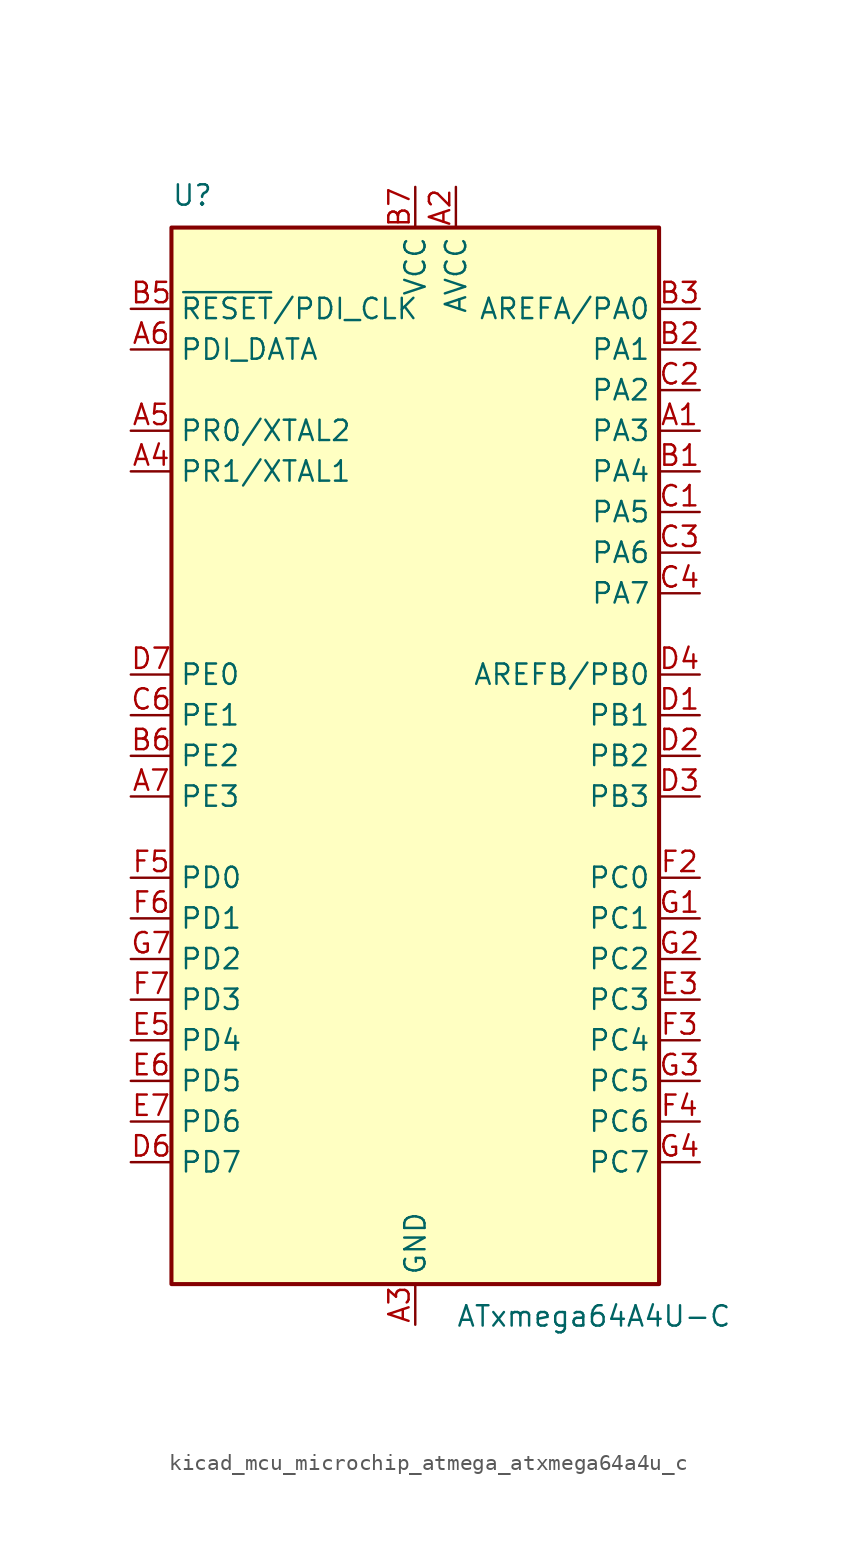
<source format=kicad_sym>
(kicad_symbol_lib
  (version 20220914)
  (generator kicad_symbol_editor)
  (symbol "kicad_mcu_microchip_atmega_atxmega64a4u_c"
    (property "Reference" "U"
      (at -15.24 34.29 0)
      (effects (font (size 1.27 1.27)) (justify left bottom)))
    (property "Value" "ATxmega64A4U-C"
      (at 2.54 -34.29 0)
      (effects (font (size 1.27 1.27)) (justify left top)))
    (symbol "kicad_mcu_microchip_atmega_atxmega64a4u_c_0_1"
      (rectangle (start -15.24 -33.02) (end 15.24 33.02) (stroke (width 0.254) (type default)) (fill (type background))))
    (symbol "kicad_mcu_microchip_atmega_atxmega64a4u_c_1_1"
      (pin bidirectional line (at 17.78 20.32 180) (length 2.54) (name "PA3" (effects (font (size 1.27 1.27)))) (number "A1" (effects (font (size 1.27 1.27)))))
      (pin power_in line (at 2.54 35.56 270) (length 2.54) (name "AVCC" (effects (font (size 1.27 1.27)))) (number "A2" (effects (font (size 1.27 1.27)))))
      (pin power_in line (at 0 -35.56 90) (length 2.54) (name "GND" (effects (font (size 1.27 1.27)))) (number "A3" (effects (font (size 1.27 1.27)))))
      (pin bidirectional line (at -17.78 17.78 0) (length 2.54) (name "PR1/XTAL1" (effects (font (size 1.27 1.27)))) (number "A4" (effects (font (size 1.27 1.27)))))
      (pin bidirectional line (at -17.78 20.32 0) (length 2.54) (name "PR0/XTAL2" (effects (font (size 1.27 1.27)))) (number "A5" (effects (font (size 1.27 1.27)))))
      (pin bidirectional line (at -17.78 25.4 0) (length 2.54) (name "PDI_DATA" (effects (font (size 1.27 1.27)))) (number "A6" (effects (font (size 1.27 1.27)))))
      (pin bidirectional line (at -17.78 -2.54 0) (length 2.54) (name "PE3" (effects (font (size 1.27 1.27)))) (number "A7" (effects (font (size 1.27 1.27)))))
      (pin bidirectional line (at 17.78 17.78 180) (length 2.54) (name "PA4" (effects (font (size 1.27 1.27)))) (number "B1" (effects (font (size 1.27 1.27)))))
      (pin bidirectional line (at 17.78 25.4 180) (length 2.54) (name "PA1" (effects (font (size 1.27 1.27)))) (number "B2" (effects (font (size 1.27 1.27)))))
      (pin bidirectional line (at 17.78 27.94 180) (length 2.54) (name "AREFA/PA0" (effects (font (size 1.27 1.27)))) (number "B3" (effects (font (size 1.27 1.27)))))
      (pin passive line (at 0 -35.56 90) (length 2.54) hide (name "GND" (effects (font (size 1.27 1.27)))) (number "B4" (effects (font (size 1.27 1.27)))))
      (pin input line (at -17.78 27.94 0) (length 2.54) (name "~{RESET}/PDI_CLK" (effects (font (size 1.27 1.27)))) (number "B5" (effects (font (size 1.27 1.27)))))
      (pin bidirectional line (at -17.78 0 0) (length 2.54) (name "PE2" (effects (font (size 1.27 1.27)))) (number "B6" (effects (font (size 1.27 1.27)))))
      (pin power_in line (at 0 35.56 270) (length 2.54) (name "VCC" (effects (font (size 1.27 1.27)))) (number "B7" (effects (font (size 1.27 1.27)))))
      (pin bidirectional line (at 17.78 15.24 180) (length 2.54) (name "PA5" (effects (font (size 1.27 1.27)))) (number "C1" (effects (font (size 1.27 1.27)))))
      (pin bidirectional line (at 17.78 22.86 180) (length 2.54) (name "PA2" (effects (font (size 1.27 1.27)))) (number "C2" (effects (font (size 1.27 1.27)))))
      (pin bidirectional line (at 17.78 12.7 180) (length 2.54) (name "PA6" (effects (font (size 1.27 1.27)))) (number "C3" (effects (font (size 1.27 1.27)))))
      (pin bidirectional line (at 17.78 10.16 180) (length 2.54) (name "PA7" (effects (font (size 1.27 1.27)))) (number "C4" (effects (font (size 1.27 1.27)))))
      (pin passive line (at 0 -35.56 90) (length 2.54) hide (name "GND" (effects (font (size 1.27 1.27)))) (number "C5" (effects (font (size 1.27 1.27)))))
      (pin bidirectional line (at -17.78 2.54 0) (length 2.54) (name "PE1" (effects (font (size 1.27 1.27)))) (number "C6" (effects (font (size 1.27 1.27)))))
      (pin passive line (at 0 -35.56 90) (length 2.54) hide (name "GND" (effects (font (size 1.27 1.27)))) (number "C7" (effects (font (size 1.27 1.27)))))
      (pin bidirectional line (at 17.78 2.54 180) (length 2.54) (name "PB1" (effects (font (size 1.27 1.27)))) (number "D1" (effects (font (size 1.27 1.27)))))
      (pin bidirectional line (at 17.78 0 180) (length 2.54) (name "PB2" (effects (font (size 1.27 1.27)))) (number "D2" (effects (font (size 1.27 1.27)))))
      (pin bidirectional line (at 17.78 -2.54 180) (length 2.54) (name "PB3" (effects (font (size 1.27 1.27)))) (number "D3" (effects (font (size 1.27 1.27)))))
      (pin bidirectional line (at 17.78 5.08 180) (length 2.54) (name "AREFB/PB0" (effects (font (size 1.27 1.27)))) (number "D4" (effects (font (size 1.27 1.27)))))
      (pin passive line (at 0 -35.56 90) (length 2.54) hide (name "GND" (effects (font (size 1.27 1.27)))) (number "D5" (effects (font (size 1.27 1.27)))))
      (pin bidirectional line (at -17.78 -25.4 0) (length 2.54) (name "PD7" (effects (font (size 1.27 1.27)))) (number "D6" (effects (font (size 1.27 1.27)))))
      (pin bidirectional line (at -17.78 5.08 0) (length 2.54) (name "PE0" (effects (font (size 1.27 1.27)))) (number "D7" (effects (font (size 1.27 1.27)))))
      (pin passive line (at 0 -35.56 90) (length 2.54) hide (name "GND" (effects (font (size 1.27 1.27)))) (number "E1" (effects (font (size 1.27 1.27)))))
      (pin passive line (at 0 -35.56 90) (length 2.54) hide (name "GND" (effects (font (size 1.27 1.27)))) (number "E2" (effects (font (size 1.27 1.27)))))
      (pin bidirectional line (at 17.78 -15.24 180) (length 2.54) (name "PC3" (effects (font (size 1.27 1.27)))) (number "E3" (effects (font (size 1.27 1.27)))))
      (pin passive line (at 0 -35.56 90) (length 2.54) hide (name "GND" (effects (font (size 1.27 1.27)))) (number "E4" (effects (font (size 1.27 1.27)))))
      (pin bidirectional line (at -17.78 -17.78 0) (length 2.54) (name "PD4" (effects (font (size 1.27 1.27)))) (number "E5" (effects (font (size 1.27 1.27)))))
      (pin bidirectional line (at -17.78 -20.32 0) (length 2.54) (name "PD5" (effects (font (size 1.27 1.27)))) (number "E6" (effects (font (size 1.27 1.27)))))
      (pin bidirectional line (at -17.78 -22.86 0) (length 2.54) (name "PD6" (effects (font (size 1.27 1.27)))) (number "E7" (effects (font (size 1.27 1.27)))))
      (pin passive line (at 0 35.56 270) (length 2.54) hide (name "VCC" (effects (font (size 1.27 1.27)))) (number "F1" (effects (font (size 1.27 1.27)))))
      (pin bidirectional line (at 17.78 -7.62 180) (length 2.54) (name "PC0" (effects (font (size 1.27 1.27)))) (number "F2" (effects (font (size 1.27 1.27)))))
      (pin bidirectional line (at 17.78 -17.78 180) (length 2.54) (name "PC4" (effects (font (size 1.27 1.27)))) (number "F3" (effects (font (size 1.27 1.27)))))
      (pin bidirectional line (at 17.78 -22.86 180) (length 2.54) (name "PC6" (effects (font (size 1.27 1.27)))) (number "F4" (effects (font (size 1.27 1.27)))))
      (pin bidirectional line (at -17.78 -7.62 0) (length 2.54) (name "PD0" (effects (font (size 1.27 1.27)))) (number "F5" (effects (font (size 1.27 1.27)))))
      (pin bidirectional line (at -17.78 -10.16 0) (length 2.54) (name "PD1" (effects (font (size 1.27 1.27)))) (number "F6" (effects (font (size 1.27 1.27)))))
      (pin bidirectional line (at -17.78 -15.24 0) (length 2.54) (name "PD3" (effects (font (size 1.27 1.27)))) (number "F7" (effects (font (size 1.27 1.27)))))
      (pin bidirectional line (at 17.78 -10.16 180) (length 2.54) (name "PC1" (effects (font (size 1.27 1.27)))) (number "G1" (effects (font (size 1.27 1.27)))))
      (pin bidirectional line (at 17.78 -12.7 180) (length 2.54) (name "PC2" (effects (font (size 1.27 1.27)))) (number "G2" (effects (font (size 1.27 1.27)))))
      (pin bidirectional line (at 17.78 -20.32 180) (length 2.54) (name "PC5" (effects (font (size 1.27 1.27)))) (number "G3" (effects (font (size 1.27 1.27)))))
      (pin bidirectional line (at 17.78 -25.4 180) (length 2.54) (name "PC7" (effects (font (size 1.27 1.27)))) (number "G4" (effects (font (size 1.27 1.27)))))
      (pin passive line (at 0 -35.56 90) (length 2.54) hide (name "GND" (effects (font (size 1.27 1.27)))) (number "G5" (effects (font (size 1.27 1.27)))))
      (pin passive line (at 0 35.56 270) (length 2.54) hide (name "VCC" (effects (font (size 1.27 1.27)))) (number "G6" (effects (font (size 1.27 1.27)))))
      (pin bidirectional line (at -17.78 -12.7 0) (length 2.54) (name "PD2" (effects (font (size 1.27 1.27)))) (number "G7" (effects (font (size 1.27 1.27))))))))
</source>
